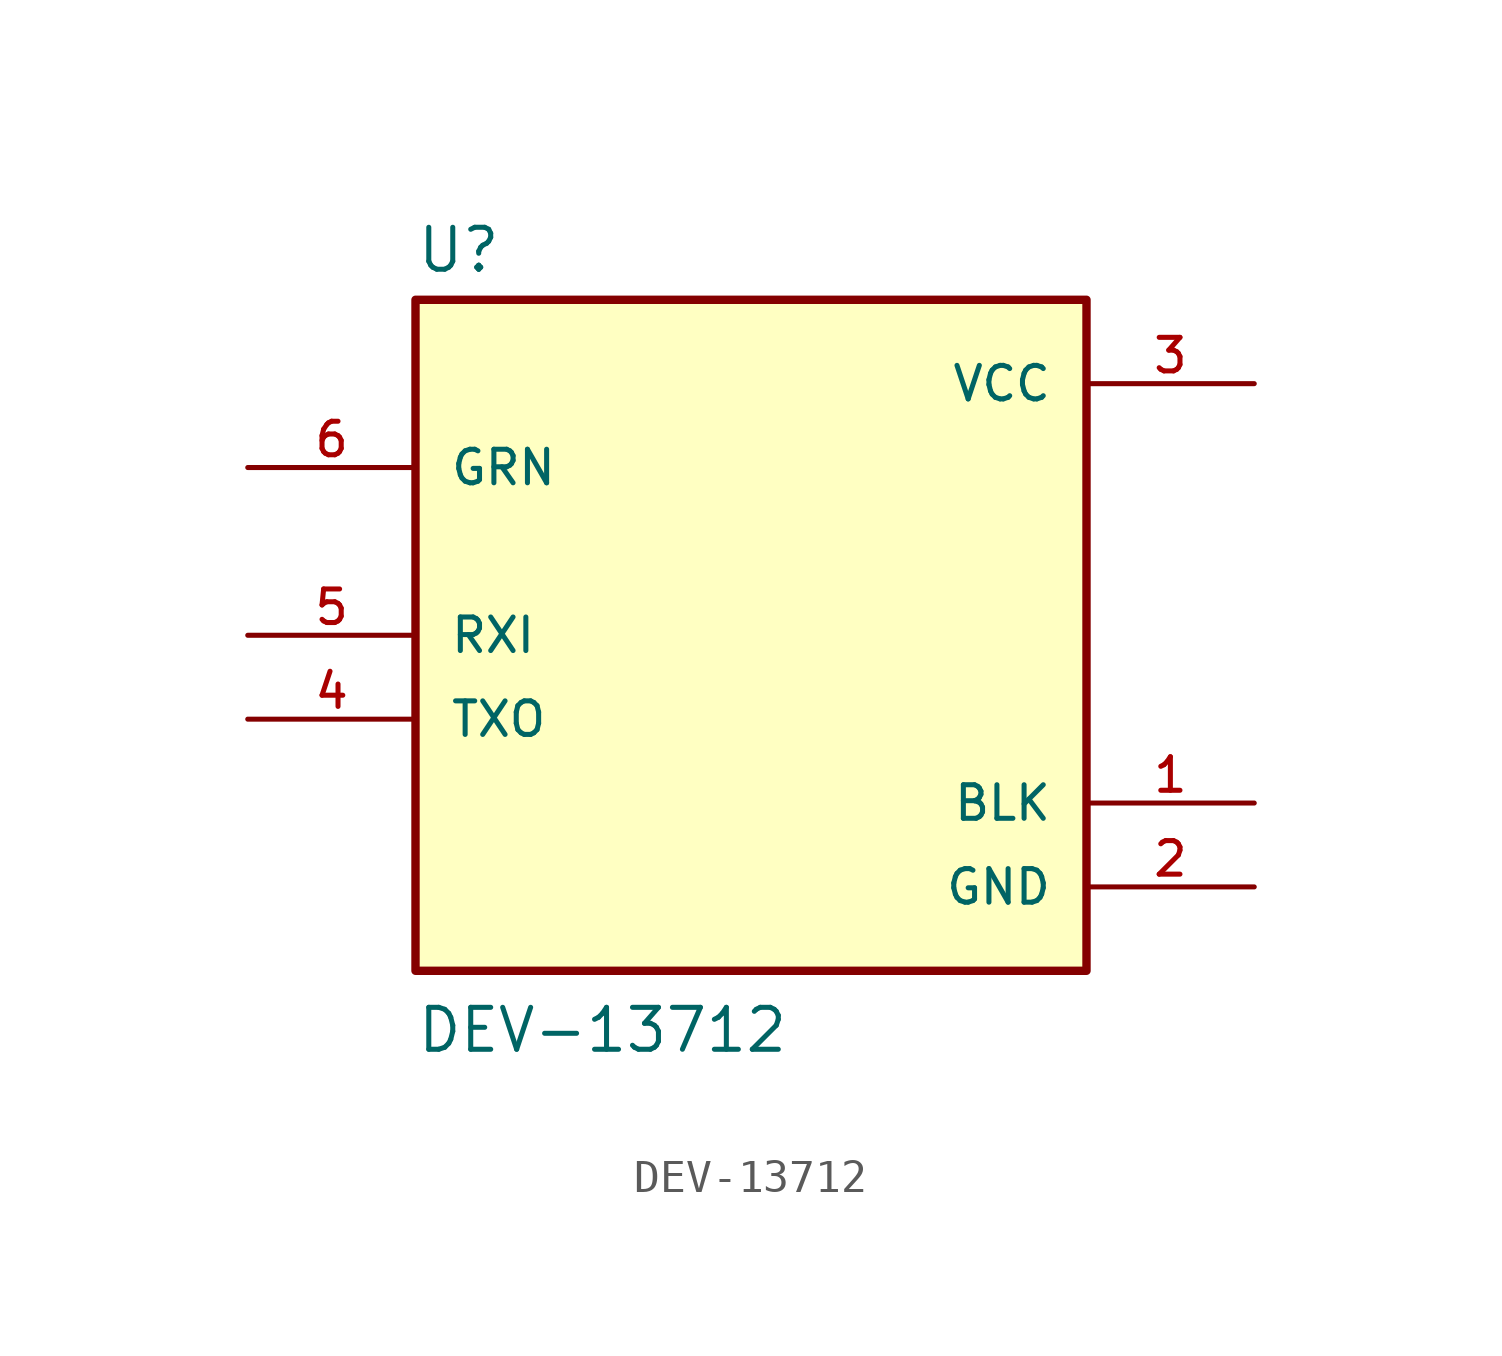
<source format=kicad_sym>
(kicad_symbol_lib
  (version 20211014)
  (generator kicad_symbol_editor)
  (symbol "DEV-13712"
    (pin_names
      (offset 1.016))
    (property "Reference" "U"
      (at -10.16 10.922 0)
      (effects (font (size 1.27 1.27)) (justify bottom left)))
    (property "Value" "DEV-13712"
      (at -10.16 -12.7 0)
      (effects (font (size 1.27 1.27)) (justify bottom left)))
    (symbol "DEV-13712_0_0"
      (rectangle (start -10.16 -10.16) (end 10.16 10.16) (stroke (width 0.254)) (fill (type background)))
      (pin input line (at -15.24 5.08 0) (length 5.08) (name "GRN" (effects (font (size 1.016 1.016)))) (number "6" (effects (font (size 1.016 1.016)))))
      (pin input line (at -15.24 0.0 0) (length 5.08) (name "RXI" (effects (font (size 1.016 1.016)))) (number "5" (effects (font (size 1.016 1.016)))))
      (pin output line (at -15.24 -2.54 0) (length 5.08) (name "TXO" (effects (font (size 1.016 1.016)))) (number "4" (effects (font (size 1.016 1.016)))))
      (pin power_in line (at 15.24 7.62 180.0) (length 5.08) (name "VCC" (effects (font (size 1.016 1.016)))) (number "3" (effects (font (size 1.016 1.016)))))
      (pin power_in line (at 15.24 -7.62 180.0) (length 5.08) (name "GND" (effects (font (size 1.016 1.016)))) (number "2" (effects (font (size 1.016 1.016)))))
      (pin power_in line (at 15.24 -5.08 180.0) (length 5.08) (name "BLK" (effects (font (size 1.016 1.016)))) (number "1" (effects (font (size 1.016 1.016))))))))
</source>
